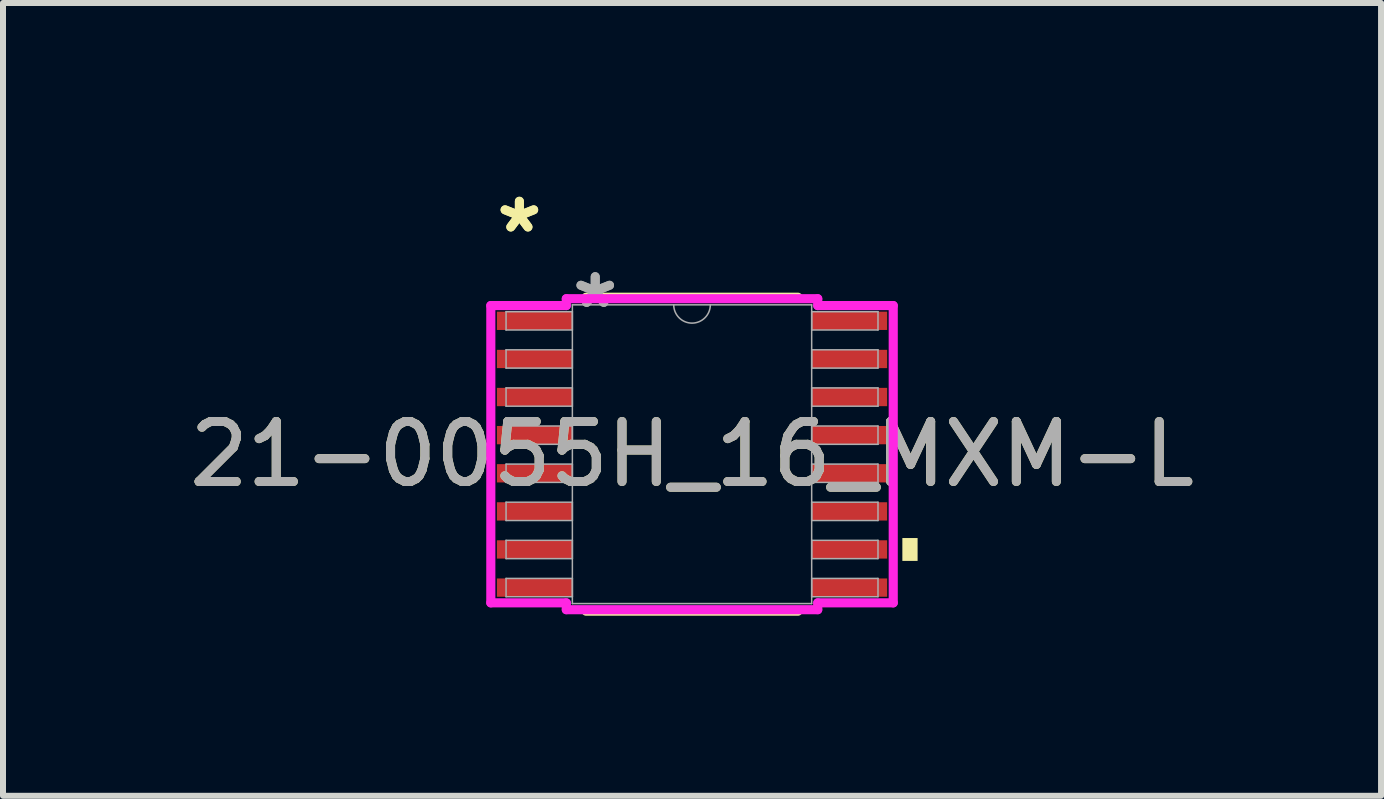
<source format=kicad_pcb>
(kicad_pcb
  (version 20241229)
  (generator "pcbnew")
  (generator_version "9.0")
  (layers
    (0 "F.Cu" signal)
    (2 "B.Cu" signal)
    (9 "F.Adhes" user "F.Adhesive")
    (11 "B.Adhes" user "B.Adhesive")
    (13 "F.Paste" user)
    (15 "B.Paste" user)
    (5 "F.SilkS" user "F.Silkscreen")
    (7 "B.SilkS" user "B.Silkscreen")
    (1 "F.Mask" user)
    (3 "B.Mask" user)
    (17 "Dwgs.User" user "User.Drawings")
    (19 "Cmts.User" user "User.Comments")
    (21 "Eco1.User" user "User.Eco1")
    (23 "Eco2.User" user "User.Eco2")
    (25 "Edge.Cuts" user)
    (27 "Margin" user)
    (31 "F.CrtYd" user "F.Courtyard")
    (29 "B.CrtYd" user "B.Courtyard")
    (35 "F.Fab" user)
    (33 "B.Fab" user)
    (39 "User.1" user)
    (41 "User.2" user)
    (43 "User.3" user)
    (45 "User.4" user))
  (footprint "21-0055H_16_MXM-L"
    (layer "F.Cu")
    (at 8.482 4.519)
    (property "Reference" "21-0055H_16_MXM-L" (at 0 0 0) (unlocked yes) (layer "F.SilkS") (effects (font (size 1 1) (thickness 0.15))))
    (attr smd)
    (fp_line (start -1.765 2.616) (end 1.765 2.616) (stroke (width 0.152) (type solid)) (layer "F.SilkS"))
    (fp_line (start 1.765 -2.616) (end -1.765 -2.616) (stroke (width 0.152) (type solid)) (layer "F.SilkS"))
    (fp_poly (pts (xy 3.759 1.397) (xy 3.759 1.778) (xy 3.505 1.778) (xy 3.505 1.397)) (stroke (width 0) (type solid)) (fill yes) (layer "F.SilkS"))
    (fp_line (start -3.353 -2.477) (end -2.095 -2.477) (stroke (width 0.152) (type solid)) (layer "F.CrtYd"))
    (fp_line (start -3.353 2.477) (end -3.353 -2.477) (stroke (width 0.152) (type solid)) (layer "F.CrtYd"))
    (fp_line (start -3.353 2.477) (end -2.095 2.477) (stroke (width 0.152) (type solid)) (layer "F.CrtYd"))
    (fp_line (start -2.095 -2.591) (end 2.095 -2.591) (stroke (width 0.152) (type solid)) (layer "F.CrtYd"))
    (fp_line (start -2.095 -2.477) (end -2.095 -2.591) (stroke (width 0.152) (type solid)) (layer "F.CrtYd"))
    (fp_line (start -2.095 2.591) (end -2.095 2.477) (stroke (width 0.152) (type solid)) (layer "F.CrtYd"))
    (fp_line (start 2.095 -2.591) (end 2.095 -2.477) (stroke (width 0.152) (type solid)) (layer "F.CrtYd"))
    (fp_line (start 2.095 2.477) (end 2.095 2.591) (stroke (width 0.152) (type solid)) (layer "F.CrtYd"))
    (fp_line (start 2.095 2.591) (end -2.095 2.591) (stroke (width 0.152) (type solid)) (layer "F.CrtYd"))
    (fp_line (start 3.353 -2.477) (end 2.095 -2.477) (stroke (width 0.152) (type solid)) (layer "F.CrtYd"))
    (fp_line (start 3.353 -2.477) (end 3.353 2.477) (stroke (width 0.152) (type solid)) (layer "F.CrtYd"))
    (fp_line (start 3.353 2.477) (end 2.095 2.477) (stroke (width 0.152) (type solid)) (layer "F.CrtYd"))
    (fp_line (start -3.099 -2.375) (end -3.099 -2.07) (stroke (width 0.025) (type solid)) (layer "F.Fab"))
    (fp_line (start -3.099 -2.07) (end -1.994 -2.07) (stroke (width 0.025) (type solid)) (layer "F.Fab"))
    (fp_line (start -3.099 -1.74) (end -3.099 -1.435) (stroke (width 0.025) (type solid)) (layer "F.Fab"))
    (fp_line (start -3.099 -1.435) (end -1.994 -1.435) (stroke (width 0.025) (type solid)) (layer "F.Fab"))
    (fp_line (start -3.099 -1.105) (end -3.099 -0.8) (stroke (width 0.025) (type solid)) (layer "F.Fab"))
    (fp_line (start -3.099 -0.8) (end -1.994 -0.8) (stroke (width 0.025) (type solid)) (layer "F.Fab"))
    (fp_line (start -3.099 -0.47) (end -3.099 -0.165) (stroke (width 0.025) (type solid)) (layer "F.Fab"))
    (fp_line (start -3.099 -0.165) (end -1.994 -0.165) (stroke (width 0.025) (type solid)) (layer "F.Fab"))
    (fp_line (start -3.099 0.165) (end -3.099 0.47) (stroke (width 0.025) (type solid)) (layer "F.Fab"))
    (fp_line (start -3.099 0.47) (end -1.994 0.47) (stroke (width 0.025) (type solid)) (layer "F.Fab"))
    (fp_line (start -3.099 0.8) (end -3.099 1.105) (stroke (width 0.025) (type solid)) (layer "F.Fab"))
    (fp_line (start -3.099 1.105) (end -1.994 1.105) (stroke (width 0.025) (type solid)) (layer "F.Fab"))
    (fp_line (start -3.099 1.435) (end -3.099 1.74) (stroke (width 0.025) (type solid)) (layer "F.Fab"))
    (fp_line (start -3.099 1.74) (end -1.994 1.74) (stroke (width 0.025) (type solid)) (layer "F.Fab"))
    (fp_line (start -3.099 2.07) (end -3.099 2.375) (stroke (width 0.025) (type solid)) (layer "F.Fab"))
    (fp_line (start -3.099 2.375) (end -1.994 2.375) (stroke (width 0.025) (type solid)) (layer "F.Fab"))
    (fp_line (start -1.994 -2.489) (end -1.994 2.489) (stroke (width 0.025) (type solid)) (layer "F.Fab"))
    (fp_line (start -1.994 -2.375) (end -3.099 -2.375) (stroke (width 0.025) (type solid)) (layer "F.Fab"))
    (fp_line (start -1.994 -2.07) (end -1.994 -2.375) (stroke (width 0.025) (type solid)) (layer "F.Fab"))
    (fp_line (start -1.994 -1.74) (end -3.099 -1.74) (stroke (width 0.025) (type solid)) (layer "F.Fab"))
    (fp_line (start -1.994 -1.435) (end -1.994 -1.74) (stroke (width 0.025) (type solid)) (layer "F.Fab"))
    (fp_line (start -1.994 -1.105) (end -3.099 -1.105) (stroke (width 0.025) (type solid)) (layer "F.Fab"))
    (fp_line (start -1.994 -0.8) (end -1.994 -1.105) (stroke (width 0.025) (type solid)) (layer "F.Fab"))
    (fp_line (start -1.994 -0.47) (end -3.099 -0.47) (stroke (width 0.025) (type solid)) (layer "F.Fab"))
    (fp_line (start -1.994 -0.165) (end -1.994 -0.47) (stroke (width 0.025) (type solid)) (layer "F.Fab"))
    (fp_line (start -1.994 0.165) (end -3.099 0.165) (stroke (width 0.025) (type solid)) (layer "F.Fab"))
    (fp_line (start -1.994 0.47) (end -1.994 0.165) (stroke (width 0.025) (type solid)) (layer "F.Fab"))
    (fp_line (start -1.994 0.8) (end -3.099 0.8) (stroke (width 0.025) (type solid)) (layer "F.Fab"))
    (fp_line (start -1.994 1.105) (end -1.994 0.8) (stroke (width 0.025) (type solid)) (layer "F.Fab"))
    (fp_line (start -1.994 1.435) (end -3.099 1.435) (stroke (width 0.025) (type solid)) (layer "F.Fab"))
    (fp_line (start -1.994 1.74) (end -1.994 1.435) (stroke (width 0.025) (type solid)) (layer "F.Fab"))
    (fp_line (start -1.994 2.07) (end -3.099 2.07) (stroke (width 0.025) (type solid)) (layer "F.Fab"))
    (fp_line (start -1.994 2.375) (end -1.994 2.07) (stroke (width 0.025) (type solid)) (layer "F.Fab"))
    (fp_line (start -1.994 2.489) (end 1.994 2.489) (stroke (width 0.025) (type solid)) (layer "F.Fab"))
    (fp_line (start 1.994 -2.489) (end -1.994 -2.489) (stroke (width 0.025) (type solid)) (layer "F.Fab"))
    (fp_line (start 1.994 -2.375) (end 1.994 -2.07) (stroke (width 0.025) (type solid)) (layer "F.Fab"))
    (fp_line (start 1.994 -2.07) (end 3.099 -2.07) (stroke (width 0.025) (type solid)) (layer "F.Fab"))
    (fp_line (start 1.994 -1.74) (end 1.994 -1.435) (stroke (width 0.025) (type solid)) (layer "F.Fab"))
    (fp_line (start 1.994 -1.435) (end 3.099 -1.435) (stroke (width 0.025) (type solid)) (layer "F.Fab"))
    (fp_line (start 1.994 -1.105) (end 1.994 -0.8) (stroke (width 0.025) (type solid)) (layer "F.Fab"))
    (fp_line (start 1.994 -0.8) (end 3.099 -0.8) (stroke (width 0.025) (type solid)) (layer "F.Fab"))
    (fp_line (start 1.994 -0.47) (end 1.994 -0.165) (stroke (width 0.025) (type solid)) (layer "F.Fab"))
    (fp_line (start 1.994 -0.165) (end 3.099 -0.165) (stroke (width 0.025) (type solid)) (layer "F.Fab"))
    (fp_line (start 1.994 0.165) (end 1.994 0.47) (stroke (width 0.025) (type solid)) (layer "F.Fab"))
    (fp_line (start 1.994 0.47) (end 3.099 0.47) (stroke (width 0.025) (type solid)) (layer "F.Fab"))
    (fp_line (start 1.994 0.8) (end 1.994 1.105) (stroke (width 0.025) (type solid)) (layer "F.Fab"))
    (fp_line (start 1.994 1.105) (end 3.099 1.105) (stroke (width 0.025) (type solid)) (layer "F.Fab"))
    (fp_line (start 1.994 1.435) (end 1.994 1.74) (stroke (width 0.025) (type solid)) (layer "F.Fab"))
    (fp_line (start 1.994 1.74) (end 3.099 1.74) (stroke (width 0.025) (type solid)) (layer "F.Fab"))
    (fp_line (start 1.994 2.07) (end 1.994 2.375) (stroke (width 0.025) (type solid)) (layer "F.Fab"))
    (fp_line (start 1.994 2.375) (end 3.099 2.375) (stroke (width 0.025) (type solid)) (layer "F.Fab"))
    (fp_line (start 1.994 2.489) (end 1.994 -2.489) (stroke (width 0.025) (type solid)) (layer "F.Fab"))
    (fp_line (start 3.099 -2.375) (end 1.994 -2.375) (stroke (width 0.025) (type solid)) (layer "F.Fab"))
    (fp_line (start 3.099 -2.07) (end 3.099 -2.375) (stroke (width 0.025) (type solid)) (layer "F.Fab"))
    (fp_line (start 3.099 -1.74) (end 1.994 -1.74) (stroke (width 0.025) (type solid)) (layer "F.Fab"))
    (fp_line (start 3.099 -1.435) (end 3.099 -1.74) (stroke (width 0.025) (type solid)) (layer "F.Fab"))
    (fp_line (start 3.099 -1.105) (end 1.994 -1.105) (stroke (width 0.025) (type solid)) (layer "F.Fab"))
    (fp_line (start 3.099 -0.8) (end 3.099 -1.105) (stroke (width 0.025) (type solid)) (layer "F.Fab"))
    (fp_line (start 3.099 -0.47) (end 1.994 -0.47) (stroke (width 0.025) (type solid)) (layer "F.Fab"))
    (fp_line (start 3.099 -0.165) (end 3.099 -0.47) (stroke (width 0.025) (type solid)) (layer "F.Fab"))
    (fp_line (start 3.099 0.165) (end 1.994 0.165) (stroke (width 0.025) (type solid)) (layer "F.Fab"))
    (fp_line (start 3.099 0.47) (end 3.099 0.165) (stroke (width 0.025) (type solid)) (layer "F.Fab"))
    (fp_line (start 3.099 0.8) (end 1.994 0.8) (stroke (width 0.025) (type solid)) (layer "F.Fab"))
    (fp_line (start 3.099 1.105) (end 3.099 0.8) (stroke (width 0.025) (type solid)) (layer "F.Fab"))
    (fp_line (start 3.099 1.435) (end 1.994 1.435) (stroke (width 0.025) (type solid)) (layer "F.Fab"))
    (fp_line (start 3.099 1.74) (end 3.099 1.435) (stroke (width 0.025) (type solid)) (layer "F.Fab"))
    (fp_line (start 3.099 2.07) (end 1.994 2.07) (stroke (width 0.025) (type solid)) (layer "F.Fab"))
    (fp_line (start 3.099 2.375) (end 3.099 2.07) (stroke (width 0.025) (type solid)) (layer "F.Fab"))
    (fp_arc (start 0.3048 -2.4892) (mid 0 -2.1844) (end -0.3048 -2.4892) (stroke (width 0.0254) (type solid)) (layer "F.Fab"))
    (fp_text user "*" (at -2.877 -3.67 0) (layer "F.SilkS") (effects (font (size 1 1) (thickness 0.15))))
    (fp_text user "*" (at -2.877 -3.67 0) (unlocked yes) (layer "F.SilkS") (effects (font (size 1 1) (thickness 0.15))))
    (fp_text user "*" (at -1.613 -2.413 0) (layer "F.Fab") (effects (font (size 1 1) (thickness 0.15))))
    (fp_text user "${REFERENCE}" (at 0 0 0) (unlocked yes) (layer "F.Fab") (effects (font (size 1 1) (thickness 0.15))))
    (fp_text user "*" (at -1.613 -2.413 0) (unlocked yes) (layer "F.Fab") (effects (font (size 1 1) (thickness 0.15))))
    (pad "1" smd rect (at -2.623 -2.223) (size 1.257 0.305) (layers "F.Cu" "F.Mask" "F.Paste"))
    (pad "2" smd rect (at -2.623 -1.587) (size 1.257 0.305) (layers "F.Cu" "F.Mask" "F.Paste"))
    (pad "3" smd rect (at -2.623 -0.953) (size 1.257 0.305) (layers "F.Cu" "F.Mask" "F.Paste"))
    (pad "4" smd rect (at -2.623 -0.318) (size 1.257 0.305) (layers "F.Cu" "F.Mask" "F.Paste"))
    (pad "5" smd rect (at -2.623 0.318) (size 1.257 0.305) (layers "F.Cu" "F.Mask" "F.Paste"))
    (pad "6" smd rect (at -2.623 0.953) (size 1.257 0.305) (layers "F.Cu" "F.Mask" "F.Paste"))
    (pad "7" smd rect (at -2.623 1.587) (size 1.257 0.305) (layers "F.Cu" "F.Mask" "F.Paste"))
    (pad "8" smd rect (at -2.623 2.223) (size 1.257 0.305) (layers "F.Cu" "F.Mask" "F.Paste"))
    (pad "9" smd rect (at 2.623 2.223) (size 1.257 0.305) (layers "F.Cu" "F.Mask" "F.Paste"))
    (pad "10" smd rect (at 2.623 1.587) (size 1.257 0.305) (layers "F.Cu" "F.Mask" "F.Paste"))
    (pad "11" smd rect (at 2.623 0.953) (size 1.257 0.305) (layers "F.Cu" "F.Mask" "F.Paste"))
    (pad "12" smd rect (at 2.623 0.318) (size 1.257 0.305) (layers "F.Cu" "F.Mask" "F.Paste"))
    (pad "13" smd rect (at 2.623 -0.318) (size 1.257 0.305) (layers "F.Cu" "F.Mask" "F.Paste"))
    (pad "14" smd rect (at 2.623 -0.953) (size 1.257 0.305) (layers "F.Cu" "F.Mask" "F.Paste"))
    (pad "15" smd rect (at 2.623 -1.587) (size 1.257 0.305) (layers "F.Cu" "F.Mask" "F.Paste"))
    (pad "16" smd rect (at 2.623 -2.223) (size 1.257 0.305) (layers "F.Cu" "F.Mask" "F.Paste")))
  (gr_rect
    (start -3 -3)
    (end 19.964 10.211)
    (stroke (width 0.1) (type default))
    (fill no)
    (layer "Edge.Cuts")))
</source>
